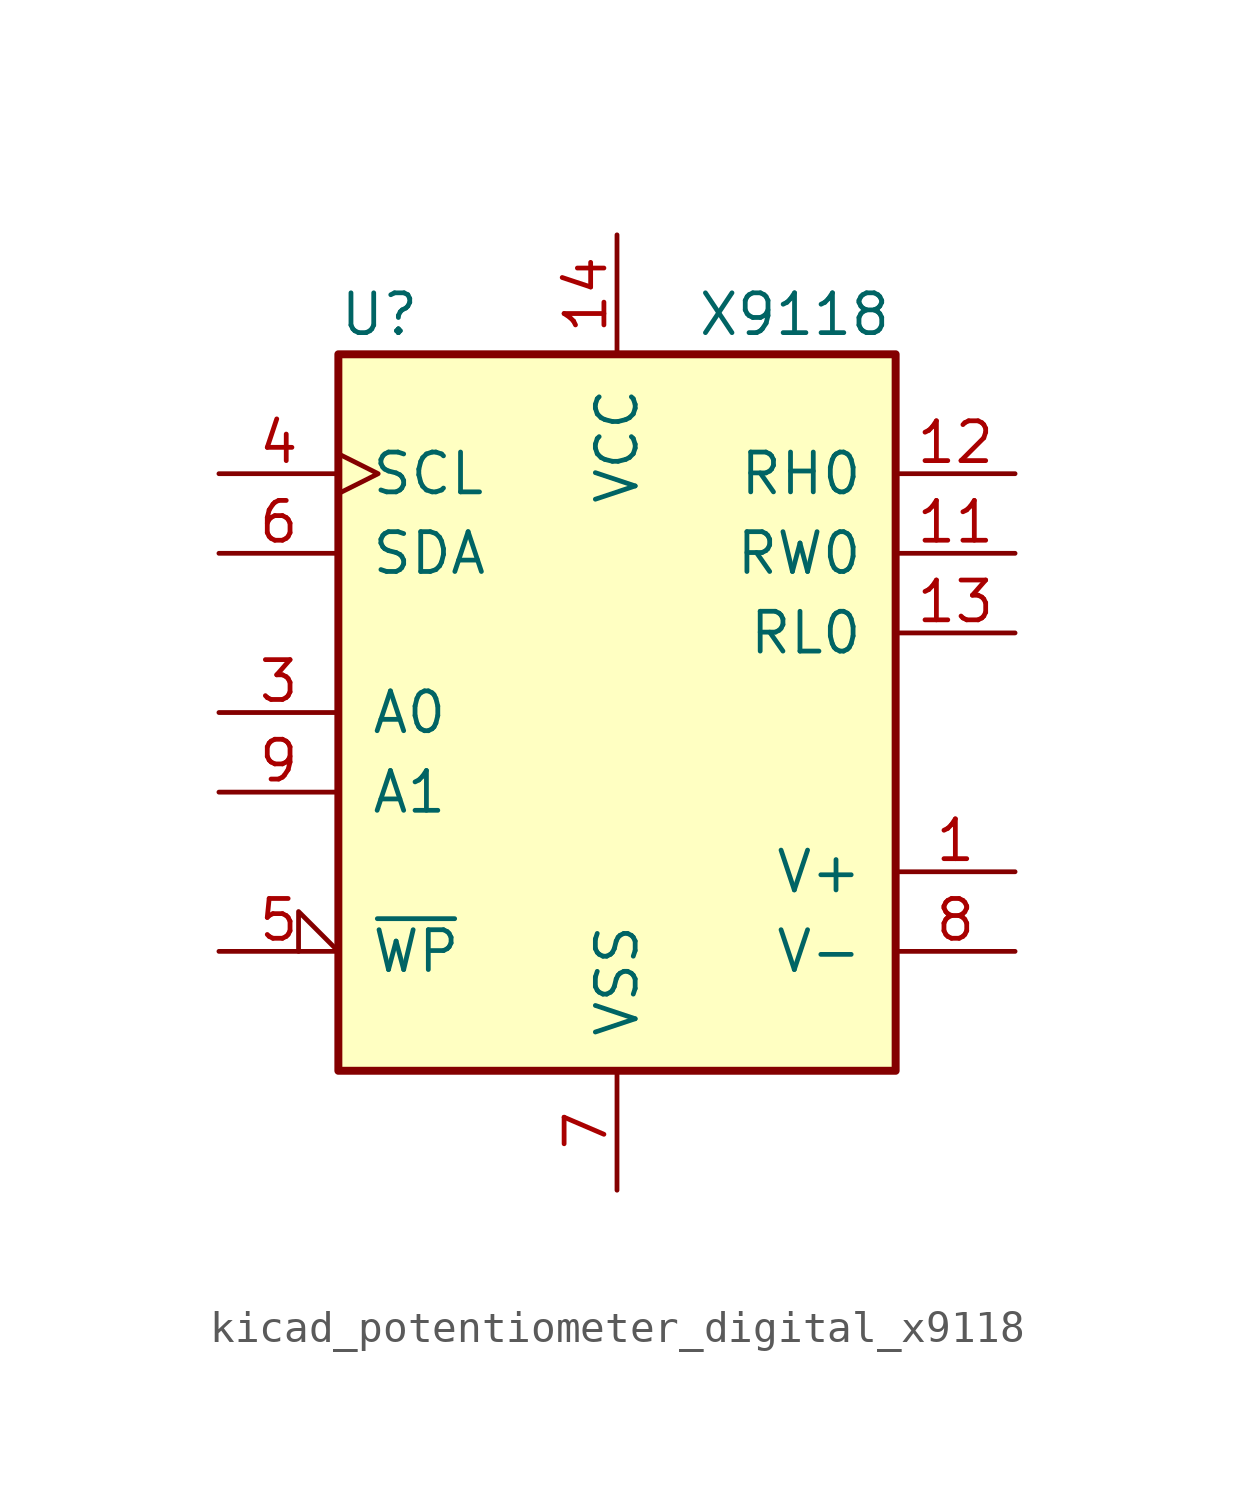
<source format=kicad_sym>
(kicad_symbol_lib
  (version 20220914)
  (generator kicad_symbol_editor)
  (symbol "kicad_potentiometer_digital_x9118"
    (pin_names
      (offset 1.016))
    (property "Reference" "U"
      (at -8.89 12.7 0)
      (effects (font (size 1.27 1.27)) (justify left)))
    (property "Value" "X9118"
      (at 2.54 12.7 0)
      (effects (font (size 1.27 1.27)) (justify left)))
    (symbol "kicad_potentiometer_digital_x9118_0_0"
      (pin passive line (at 12.7 -5.08 180) (length 3.81) (name "V+" (effects (font (size 1.27 1.27)))) (number "1" (effects (font (size 1.27 1.27)))))
      (pin power_in line (at 0 15.24 270) (length 3.81) (name "VCC" (effects (font (size 1.27 1.27)))) (number "14" (effects (font (size 1.27 1.27)))))
      (pin input line (at -12.7 0 0) (length 3.81) (name "A0" (effects (font (size 1.27 1.27)))) (number "3" (effects (font (size 1.27 1.27)))))
      (pin input clock (at -12.7 7.62 0) (length 3.81) (name "SCL" (effects (font (size 1.27 1.27)))) (number "4" (effects (font (size 1.27 1.27)))))
      (pin bidirectional line (at -12.7 5.08 0) (length 3.81) (name "SDA" (effects (font (size 1.27 1.27)))) (number "6" (effects (font (size 1.27 1.27)))))
      (pin power_in line (at 0 -15.24 90) (length 3.81) (name "VSS" (effects (font (size 1.27 1.27)))) (number "7" (effects (font (size 1.27 1.27)))))
      (pin passive line (at 12.7 -7.62 180) (length 3.81) (name "V-" (effects (font (size 1.27 1.27)))) (number "8" (effects (font (size 1.27 1.27)))))
      (pin input line (at -12.7 -2.54 0) (length 3.81) (name "A1" (effects (font (size 1.27 1.27)))) (number "9" (effects (font (size 1.27 1.27))))))
    (symbol "kicad_potentiometer_digital_x9118_0_1"
      (rectangle (start -8.89 11.43) (end 8.89 -11.43) (stroke (width 0.254) (type default)) (fill (type background))))
    (symbol "kicad_potentiometer_digital_x9118_1_1"
      (pin passive line (at 12.7 5.08 180) (length 3.81) (name "RW0" (effects (font (size 1.27 1.27)))) (number "11" (effects (font (size 1.27 1.27)))))
      (pin passive line (at 12.7 7.62 180) (length 3.81) (name "RH0" (effects (font (size 1.27 1.27)))) (number "12" (effects (font (size 1.27 1.27)))))
      (pin passive line (at 12.7 2.54 180) (length 3.81) (name "RL0" (effects (font (size 1.27 1.27)))) (number "13" (effects (font (size 1.27 1.27)))))
      (pin input input_low (at -12.7 -7.62 0) (length 3.81) (name "~{WP}" (effects (font (size 1.27 1.27)))) (number "5" (effects (font (size 1.27 1.27))))))))
</source>
